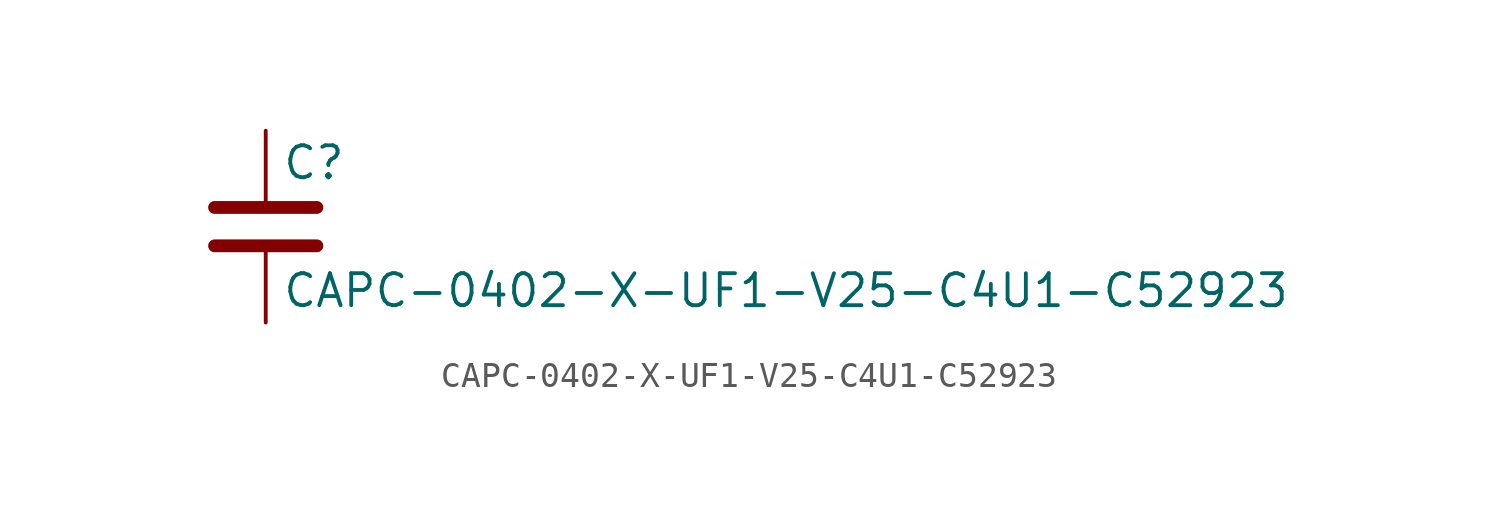
<source format=kicad_sym>
(kicad_symbol_lib
  (version 20211014)
  (generator kicad_symbol_editor)
  (symbol "CAPC-0402-X-UF1-V25-C4U1-C52923"
    (pin_numbers hide)
    (pin_names
      (offset 0.254))
    (property "Reference" "C"
      (at 0.635 2.54 0)
      (effects (font (size 1.27 1.27)) (justify left)))
    (property "Value" "CAPC-0402-X-UF1-V25-C4U1-C52923"
      (at 0.635 -2.54 0)
      (effects (font (size 1.27 1.27)) (justify left)))
    (symbol "CAPC-0402-X-UF1-V25-C4U1-C52923_0_1"
      (polyline (pts (xy -2.032 -0.762) (xy 2.032 -0.762)) (stroke (width 0.508) (type default) (color 0 0 0 0)) (fill (type none)))
      (polyline (pts (xy -2.032 0.762) (xy 2.032 0.762)) (stroke (width 0.508) (type default) (color 0 0 0 0)) (fill (type none))))
    (symbol "CAPC-0402-X-UF1-V25-C4U1-C52923_1_1"
      (pin passive line (at 0 3.81 270) (length 2.794) (name "~" (effects (font (size 1.27 1.27)))) (number "1" (effects (font (size 1.27 1.27)))))
      (pin passive line (at 0 -3.81 90) (length 2.794) (name "~" (effects (font (size 1.27 1.27)))) (number "2" (effects (font (size 1.27 1.27))))))))
</source>
